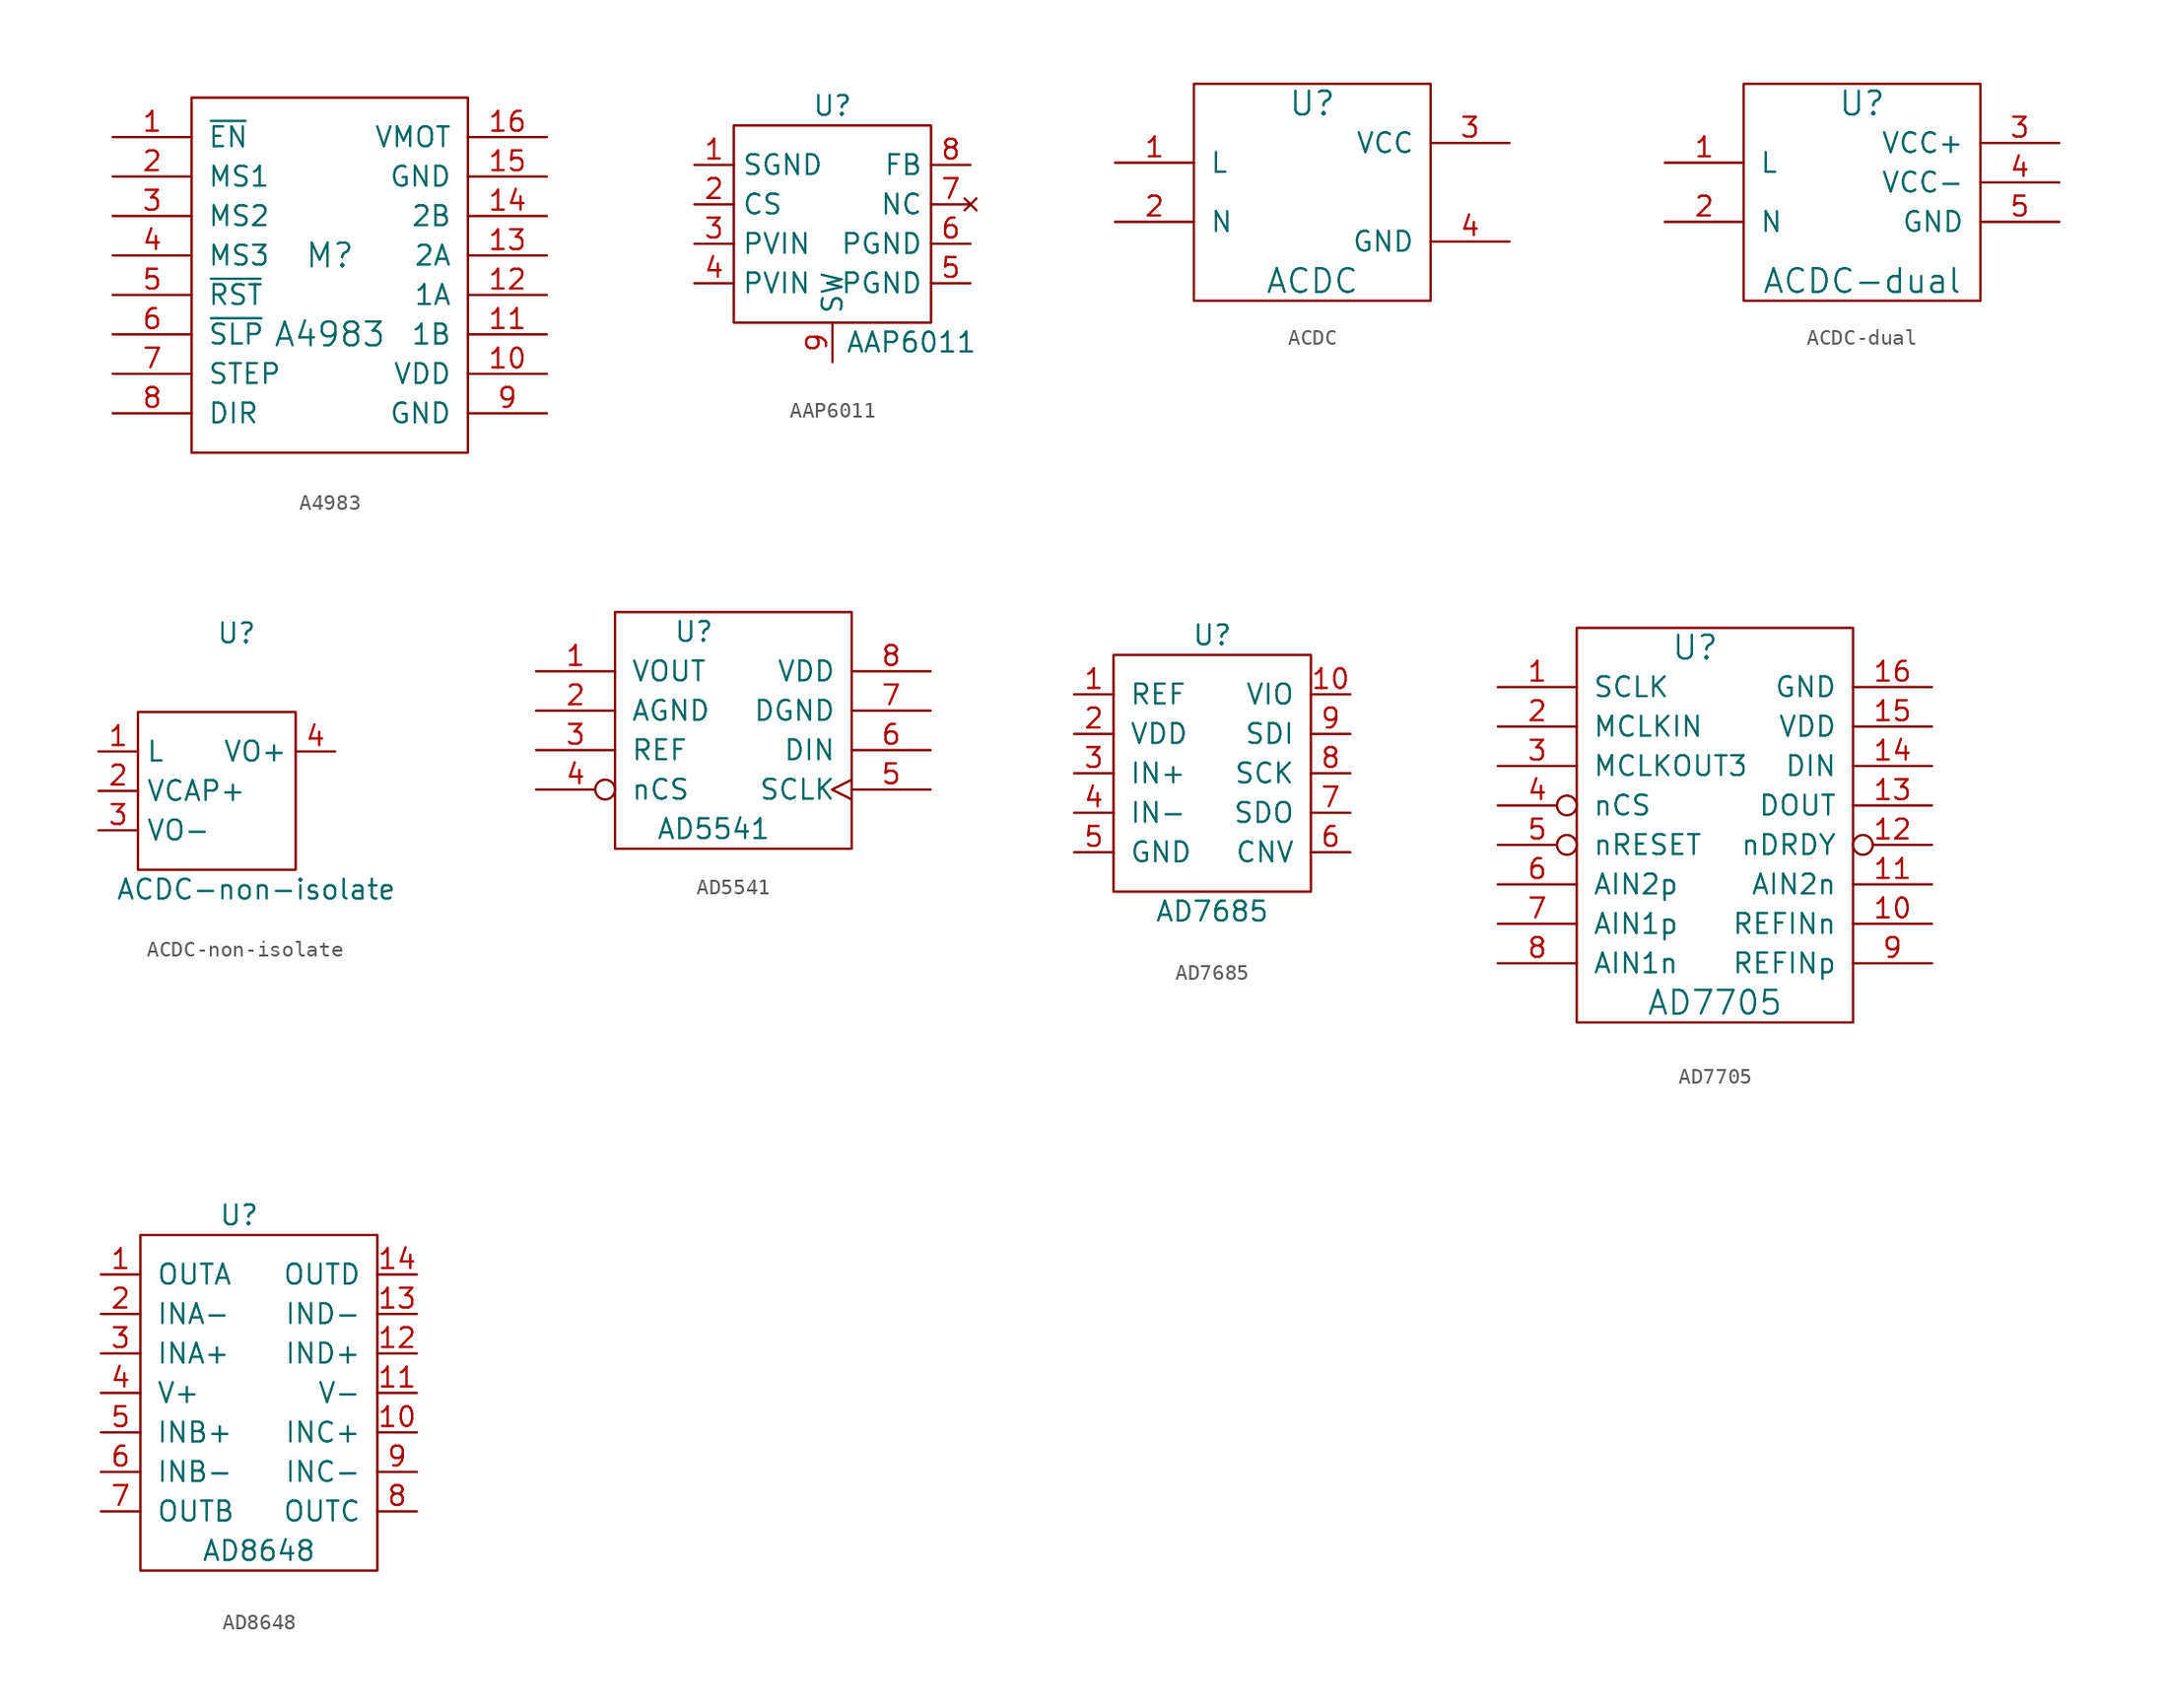
<source format=kicad_sym>
(kicad_symbol_lib
  (version 20220914)
  (generator kicad_symbol_editor)
  (symbol "A4983"
    (pin_names
      (offset 1.016))
    (property "Reference" "M"
      (at 1.27 0 0)
      (effects (font (size 1.524 1.524))))
    (property "Value" "A4983"
      (at 1.27 -5.08 0)
      (effects (font (size 1.524 1.524))))
    (symbol "A4983_0_1"
      (rectangle (start -7.62 10.16) (end 10.16 -12.7) (stroke (width 0) (type default)) (fill (type none))))
    (symbol "A4983_1_1"
      (pin input line (at -12.7 7.62 0) (length 5.08) (name "~{EN}" (effects (font (size 1.27 1.27)))) (number "1" (effects (font (size 1.27 1.27)))))
      (pin power_in line (at 15.24 -7.62 180) (length 5.08) (name "VDD" (effects (font (size 1.27 1.27)))) (number "10" (effects (font (size 1.27 1.27)))))
      (pin output line (at 15.24 -5.08 180) (length 5.08) (name "1B" (effects (font (size 1.27 1.27)))) (number "11" (effects (font (size 1.27 1.27)))))
      (pin output line (at 15.24 -2.54 180) (length 5.08) (name "1A" (effects (font (size 1.27 1.27)))) (number "12" (effects (font (size 1.27 1.27)))))
      (pin output line (at 15.24 0 180) (length 5.08) (name "2A" (effects (font (size 1.27 1.27)))) (number "13" (effects (font (size 1.27 1.27)))))
      (pin output line (at 15.24 2.54 180) (length 5.08) (name "2B" (effects (font (size 1.27 1.27)))) (number "14" (effects (font (size 1.27 1.27)))))
      (pin power_in line (at 15.24 5.08 180) (length 5.08) (name "GND" (effects (font (size 1.27 1.27)))) (number "15" (effects (font (size 1.27 1.27)))))
      (pin power_in line (at 15.24 7.62 180) (length 5.08) (name "VMOT" (effects (font (size 1.27 1.27)))) (number "16" (effects (font (size 1.27 1.27)))))
      (pin input line (at -12.7 5.08 0) (length 5.08) (name "MS1" (effects (font (size 1.27 1.27)))) (number "2" (effects (font (size 1.27 1.27)))))
      (pin input line (at -12.7 2.54 0) (length 5.08) (name "MS2" (effects (font (size 1.27 1.27)))) (number "3" (effects (font (size 1.27 1.27)))))
      (pin input line (at -12.7 0 0) (length 5.08) (name "MS3" (effects (font (size 1.27 1.27)))) (number "4" (effects (font (size 1.27 1.27)))))
      (pin input line (at -12.7 -2.54 0) (length 5.08) (name "~{RST}" (effects (font (size 1.27 1.27)))) (number "5" (effects (font (size 1.27 1.27)))))
      (pin bidirectional line (at -12.7 -5.08 0) (length 5.08) (name "~{SLP}" (effects (font (size 1.27 1.27)))) (number "6" (effects (font (size 1.27 1.27)))))
      (pin input line (at -12.7 -7.62 0) (length 5.08) (name "STEP" (effects (font (size 1.27 1.27)))) (number "7" (effects (font (size 1.27 1.27)))))
      (pin input line (at -12.7 -10.16 0) (length 5.08) (name "DIR" (effects (font (size 1.27 1.27)))) (number "8" (effects (font (size 1.27 1.27)))))
      (pin power_in line (at 15.24 -10.16 180) (length 5.08) (name "GND" (effects (font (size 1.27 1.27)))) (number "9" (effects (font (size 1.27 1.27)))))))
  (symbol "AAP6011"
    (property "Reference" "U"
      (at 0 7.62 0)
      (effects (font (size 1.27 1.27))))
    (property "Value" "AAP6011"
      (at 5.08 -7.62 0)
      (effects (font (size 1.27 1.27))))
    (symbol "AAP6011_0_1"
      (rectangle (start -6.35 6.35) (end 6.35 -6.35) (stroke (width 0) (type default)) (fill (type none))))
    (symbol "AAP6011_1_1"
      (pin input line (at -8.89 3.81 0) (length 2.54) (name "SGND" (effects (font (size 1.27 1.27)))) (number "1" (effects (font (size 1.27 1.27)))))
      (pin input line (at -8.89 1.27 0) (length 2.54) (name "CS" (effects (font (size 1.27 1.27)))) (number "2" (effects (font (size 1.27 1.27)))))
      (pin input line (at -8.89 -1.27 0) (length 2.54) (name "PVIN" (effects (font (size 1.27 1.27)))) (number "3" (effects (font (size 1.27 1.27)))))
      (pin input line (at -8.89 -3.81 0) (length 2.54) (name "PVIN" (effects (font (size 1.27 1.27)))) (number "4" (effects (font (size 1.27 1.27)))))
      (pin input line (at 8.89 -3.81 180) (length 2.54) (name "PGND" (effects (font (size 1.27 1.27)))) (number "5" (effects (font (size 1.27 1.27)))))
      (pin input line (at 8.89 -1.27 180) (length 2.54) (name "PGND" (effects (font (size 1.27 1.27)))) (number "6" (effects (font (size 1.27 1.27)))))
      (pin no_connect line (at 8.89 1.27 180) (length 2.54) (name "NC" (effects (font (size 1.27 1.27)))) (number "7" (effects (font (size 1.27 1.27)))))
      (pin input line (at 8.89 3.81 180) (length 2.54) (name "FB" (effects (font (size 1.27 1.27)))) (number "8" (effects (font (size 1.27 1.27)))))
      (pin input line (at 0 -8.89 90) (length 2.54) (name "SW" (effects (font (size 1.27 1.27)))) (number "9" (effects (font (size 1.27 1.27)))))))
  (symbol "ACDC"
    (pin_names
      (offset 1.016))
    (property "Reference" "U"
      (at 1.27 6.35 0)
      (effects (font (size 1.524 1.524))))
    (property "Value" "ACDC"
      (at 1.27 -5.08 0)
      (effects (font (size 1.524 1.524))))
    (property "Footprint" ""
      (at 0 0 0)
      (effects (font (size 1.524 1.524))))
    (property "Datasheet" ""
      (at 0 0 0)
      (effects (font (size 1.524 1.524))))
    (symbol "ACDC_0_1"
      (rectangle (start -6.35 7.62) (end 8.89 -6.35) (stroke (width 0) (type default)) (fill (type none))))
    (symbol "ACDC_1_1"
      (pin input line (at -11.43 2.54 0) (length 5.08) (name "L" (effects (font (size 1.27 1.27)))) (number "1" (effects (font (size 1.27 1.27)))))
      (pin input line (at -11.43 -1.27 0) (length 5.08) (name "N" (effects (font (size 1.27 1.27)))) (number "2" (effects (font (size 1.27 1.27)))))
      (pin input line (at 13.97 3.81 180) (length 5.08) (name "VCC" (effects (font (size 1.27 1.27)))) (number "3" (effects (font (size 1.27 1.27)))))
      (pin input line (at 13.97 -2.54 180) (length 5.08) (name "GND" (effects (font (size 1.27 1.27)))) (number "4" (effects (font (size 1.27 1.27)))))))
  (symbol "ACDC-dual"
    (pin_names
      (offset 1.016))
    (property "Reference" "U"
      (at 1.27 6.35 0)
      (effects (font (size 1.524 1.524))))
    (property "Value" "ACDC-dual"
      (at 1.27 -5.08 0)
      (effects (font (size 1.524 1.524))))
    (property "Footprint" ""
      (at 0 0 0)
      (effects (font (size 1.524 1.524))))
    (property "Datasheet" ""
      (at 0 0 0)
      (effects (font (size 1.524 1.524))))
    (symbol "ACDC-dual_0_1"
      (rectangle (start -6.35 7.62) (end 8.89 -6.35) (stroke (width 0) (type default)) (fill (type none))))
    (symbol "ACDC-dual_1_1"
      (pin input line (at -11.43 2.54 0) (length 5.08) (name "L" (effects (font (size 1.27 1.27)))) (number "1" (effects (font (size 1.27 1.27)))))
      (pin input line (at -11.43 -1.27 0) (length 5.08) (name "N" (effects (font (size 1.27 1.27)))) (number "2" (effects (font (size 1.27 1.27)))))
      (pin input line (at 13.97 3.81 180) (length 5.08) (name "VCC+" (effects (font (size 1.27 1.27)))) (number "3" (effects (font (size 1.27 1.27)))))
      (pin input line (at 13.97 1.27 180) (length 5.08) (name "VCC-" (effects (font (size 1.27 1.27)))) (number "4" (effects (font (size 1.27 1.27)))))
      (pin input line (at 13.97 -1.27 180) (length 5.08) (name "GND" (effects (font (size 1.27 1.27)))) (number "5" (effects (font (size 1.27 1.27)))))))
  (symbol "ACDC-non-isolate"
    (property "Reference" "U"
      (at 1.27 10.16 0)
      (effects (font (size 1.27 1.27))))
    (property "Value" "ACDC-non-isolate"
      (at 2.54 -6.35 0)
      (effects (font (size 1.27 1.27))))
    (symbol "ACDC-non-isolate_0_1"
      (rectangle (start -5.08 5.08) (end 5.08 -5.08) (stroke (width 0) (type default)) (fill (type none))))
    (symbol "ACDC-non-isolate_1_1"
      (pin input line (at -7.62 2.54 0) (length 2.54) (name "L" (effects (font (size 1.27 1.27)))) (number "1" (effects (font (size 1.27 1.27)))))
      (pin input line (at -7.62 0 0) (length 2.54) (name "VCAP+" (effects (font (size 1.27 1.27)))) (number "2" (effects (font (size 1.27 1.27)))))
      (pin input line (at -7.62 -2.54 0) (length 2.54) (name "VO-" (effects (font (size 1.27 1.27)))) (number "3" (effects (font (size 1.27 1.27)))))
      (pin input line (at 7.62 2.54 180) (length 2.54) (name "VO+" (effects (font (size 1.27 1.27)))) (number "4" (effects (font (size 1.27 1.27)))))))
  (symbol "AD5541"
    (pin_names
      (offset 1.016))
    (property "Reference" "U"
      (at -2.54 6.35 0)
      (effects (font (size 1.27 1.27))))
    (property "Value" "AD5541"
      (at -1.27 -6.35 0)
      (effects (font (size 1.27 1.27))))
    (symbol "AD5541_0_1"
      (rectangle (start 7.62 -7.62) (end -7.62 7.62) (stroke (width 0) (type default)) (fill (type none))))
    (symbol "AD5541_1_1"
      (pin output line (at -12.7 3.81 0) (length 5.08) (name "VOUT" (effects (font (size 1.27 1.27)))) (number "1" (effects (font (size 1.27 1.27)))))
      (pin power_in line (at -12.7 1.27 0) (length 5.08) (name "AGND" (effects (font (size 1.27 1.27)))) (number "2" (effects (font (size 1.27 1.27)))))
      (pin input line (at -12.7 -1.27 0) (length 5.08) (name "REF" (effects (font (size 1.27 1.27)))) (number "3" (effects (font (size 1.27 1.27)))))
      (pin input inverted (at -12.7 -3.81 0) (length 5.08) (name "nCS" (effects (font (size 1.27 1.27)))) (number "4" (effects (font (size 1.27 1.27)))))
      (pin input clock (at 12.7 -3.81 180) (length 5.08) (name "SCLK" (effects (font (size 1.27 1.27)))) (number "5" (effects (font (size 1.27 1.27)))))
      (pin input line (at 12.7 -1.27 180) (length 5.08) (name "DIN" (effects (font (size 1.27 1.27)))) (number "6" (effects (font (size 1.27 1.27)))))
      (pin power_in line (at 12.7 1.27 180) (length 5.08) (name "DGND" (effects (font (size 1.27 1.27)))) (number "7" (effects (font (size 1.27 1.27)))))
      (pin power_in line (at 12.7 3.81 180) (length 5.08) (name "VDD" (effects (font (size 1.27 1.27)))) (number "8" (effects (font (size 1.27 1.27)))))))
  (symbol "AD7685"
    (pin_names
      (offset 1.016))
    (property "Reference" "U"
      (at 0 8.89 0)
      (effects (font (size 1.27 1.27))))
    (property "Value" "AD7685"
      (at 0 -8.89 0)
      (effects (font (size 1.27 1.27))))
    (symbol "AD7685_0_1"
      (rectangle (start -6.35 7.62) (end 6.35 -7.62) (stroke (width 0) (type default)) (fill (type none))))
    (symbol "AD7685_1_1"
      (pin input line (at -8.89 5.08 0) (length 2.54) (name "REF" (effects (font (size 1.27 1.27)))) (number "1" (effects (font (size 1.27 1.27)))))
      (pin power_in line (at 8.89 5.08 180) (length 2.54) (name "VIO" (effects (font (size 1.27 1.27)))) (number "10" (effects (font (size 1.27 1.27)))))
      (pin power_in line (at -8.89 2.54 0) (length 2.54) (name "VDD" (effects (font (size 1.27 1.27)))) (number "2" (effects (font (size 1.27 1.27)))))
      (pin input line (at -8.89 0 0) (length 2.54) (name "IN+" (effects (font (size 1.27 1.27)))) (number "3" (effects (font (size 1.27 1.27)))))
      (pin input line (at -8.89 -2.54 0) (length 2.54) (name "IN-" (effects (font (size 1.27 1.27)))) (number "4" (effects (font (size 1.27 1.27)))))
      (pin power_in line (at -8.89 -5.08 0) (length 2.54) (name "GND" (effects (font (size 1.27 1.27)))) (number "5" (effects (font (size 1.27 1.27)))))
      (pin output line (at 8.89 -5.08 180) (length 2.54) (name "CNV" (effects (font (size 1.27 1.27)))) (number "6" (effects (font (size 1.27 1.27)))))
      (pin output line (at 8.89 -2.54 180) (length 2.54) (name "SDO" (effects (font (size 1.27 1.27)))) (number "7" (effects (font (size 1.27 1.27)))))
      (pin output line (at 8.89 0 180) (length 2.54) (name "SCK" (effects (font (size 1.27 1.27)))) (number "8" (effects (font (size 1.27 1.27)))))
      (pin input line (at 8.89 2.54 180) (length 2.54) (name "SDI" (effects (font (size 1.27 1.27)))) (number "9" (effects (font (size 1.27 1.27)))))))
  (symbol "AD7705"
    (pin_names
      (offset 1.016))
    (property "Reference" "U"
      (at -1.27 11.43 0)
      (effects (font (size 1.524 1.524))))
    (property "Value" "AD7705"
      (at 0 -11.43 0)
      (effects (font (size 1.524 1.524))))
    (property "Footprint" ""
      (at 0 0 0)
      (effects (font (size 1.524 1.524))))
    (property "Datasheet" ""
      (at 0 0 0)
      (effects (font (size 1.524 1.524))))
    (symbol "AD7705_0_1"
      (rectangle (start -8.89 12.7) (end 8.89 -12.7) (stroke (width 0) (type default)) (fill (type none))))
    (symbol "AD7705_1_1"
      (pin input line (at -13.97 8.89 0) (length 5.08) (name "SCLK" (effects (font (size 1.27 1.27)))) (number "1" (effects (font (size 1.27 1.27)))))
      (pin input line (at 13.97 -6.35 180) (length 5.08) (name "REFINn" (effects (font (size 1.27 1.27)))) (number "10" (effects (font (size 1.27 1.27)))))
      (pin input line (at 13.97 -3.81 180) (length 5.08) (name "AIN2n" (effects (font (size 1.27 1.27)))) (number "11" (effects (font (size 1.27 1.27)))))
      (pin input inverted (at 13.97 -1.27 180) (length 5.08) (name "nDRDY" (effects (font (size 1.27 1.27)))) (number "12" (effects (font (size 1.27 1.27)))))
      (pin input line (at 13.97 1.27 180) (length 5.08) (name "DOUT" (effects (font (size 1.27 1.27)))) (number "13" (effects (font (size 1.27 1.27)))))
      (pin input line (at 13.97 3.81 180) (length 5.08) (name "DIN" (effects (font (size 1.27 1.27)))) (number "14" (effects (font (size 1.27 1.27)))))
      (pin power_in line (at 13.97 6.35 180) (length 5.08) (name "VDD" (effects (font (size 1.27 1.27)))) (number "15" (effects (font (size 1.27 1.27)))))
      (pin power_in line (at 13.97 8.89 180) (length 5.08) (name "GND" (effects (font (size 1.27 1.27)))) (number "16" (effects (font (size 1.27 1.27)))))
      (pin input line (at -13.97 6.35 0) (length 5.08) (name "MCLKIN" (effects (font (size 1.27 1.27)))) (number "2" (effects (font (size 1.27 1.27)))))
      (pin input line (at -13.97 3.81 0) (length 5.08) (name "MCLKOUT3" (effects (font (size 1.27 1.27)))) (number "3" (effects (font (size 1.27 1.27)))))
      (pin input inverted (at -13.97 1.27 0) (length 5.08) (name "nCS" (effects (font (size 1.27 1.27)))) (number "4" (effects (font (size 1.27 1.27)))))
      (pin input inverted (at -13.97 -1.27 0) (length 5.08) (name "nRESET" (effects (font (size 1.27 1.27)))) (number "5" (effects (font (size 1.27 1.27)))))
      (pin input line (at -13.97 -3.81 0) (length 5.08) (name "AIN2p" (effects (font (size 1.27 1.27)))) (number "6" (effects (font (size 1.27 1.27)))))
      (pin input line (at -13.97 -6.35 0) (length 5.08) (name "AIN1p" (effects (font (size 1.27 1.27)))) (number "7" (effects (font (size 1.27 1.27)))))
      (pin input line (at -13.97 -8.89 0) (length 5.08) (name "AIN1n" (effects (font (size 1.27 1.27)))) (number "8" (effects (font (size 1.27 1.27)))))
      (pin input line (at 13.97 -8.89 180) (length 5.08) (name "REFINp" (effects (font (size 1.27 1.27)))) (number "9" (effects (font (size 1.27 1.27)))))))
  (symbol "AD8648"
    (pin_names
      (offset 1.016))
    (property "Reference" "U"
      (at -1.27 13.97 0)
      (effects (font (size 1.27 1.27))))
    (property "Value" "AD8648"
      (at 0 -7.62 0)
      (effects (font (size 1.27 1.27))))
    (symbol "AD8648_0_1"
      (rectangle (start -7.62 12.7) (end 7.62 -8.89) (stroke (width 0) (type default)) (fill (type none))))
    (symbol "AD8648_1_1"
      (pin output line (at -10.16 10.16 0) (length 2.54) (name "OUTA" (effects (font (size 1.27 1.27)))) (number "1" (effects (font (size 1.27 1.27)))))
      (pin input line (at 10.16 0 180) (length 2.54) (name "INC+" (effects (font (size 1.27 1.27)))) (number "10" (effects (font (size 1.27 1.27)))))
      (pin power_in line (at 10.16 2.54 180) (length 2.54) (name "V-" (effects (font (size 1.27 1.27)))) (number "11" (effects (font (size 1.27 1.27)))))
      (pin input line (at 10.16 5.08 180) (length 2.54) (name "IND+" (effects (font (size 1.27 1.27)))) (number "12" (effects (font (size 1.27 1.27)))))
      (pin input line (at 10.16 7.62 180) (length 2.54) (name "IND-" (effects (font (size 1.27 1.27)))) (number "13" (effects (font (size 1.27 1.27)))))
      (pin output line (at 10.16 10.16 180) (length 2.54) (name "OUTD" (effects (font (size 1.27 1.27)))) (number "14" (effects (font (size 1.27 1.27)))))
      (pin input line (at -10.16 7.62 0) (length 2.54) (name "INA-" (effects (font (size 1.27 1.27)))) (number "2" (effects (font (size 1.27 1.27)))))
      (pin input line (at -10.16 5.08 0) (length 2.54) (name "INA+" (effects (font (size 1.27 1.27)))) (number "3" (effects (font (size 1.27 1.27)))))
      (pin power_in line (at -10.16 2.54 0) (length 2.54) (name "V+" (effects (font (size 1.27 1.27)))) (number "4" (effects (font (size 1.27 1.27)))))
      (pin input line (at -10.16 0 0) (length 2.54) (name "INB+" (effects (font (size 1.27 1.27)))) (number "5" (effects (font (size 1.27 1.27)))))
      (pin input line (at -10.16 -2.54 0) (length 2.54) (name "INB-" (effects (font (size 1.27 1.27)))) (number "6" (effects (font (size 1.27 1.27)))))
      (pin output line (at -10.16 -5.08 0) (length 2.54) (name "OUTB" (effects (font (size 1.27 1.27)))) (number "7" (effects (font (size 1.27 1.27)))))
      (pin output line (at 10.16 -5.08 180) (length 2.54) (name "OUTC" (effects (font (size 1.27 1.27)))) (number "8" (effects (font (size 1.27 1.27)))))
      (pin input line (at 10.16 -2.54 180) (length 2.54) (name "INC-" (effects (font (size 1.27 1.27)))) (number "9" (effects (font (size 1.27 1.27))))))))
</source>
